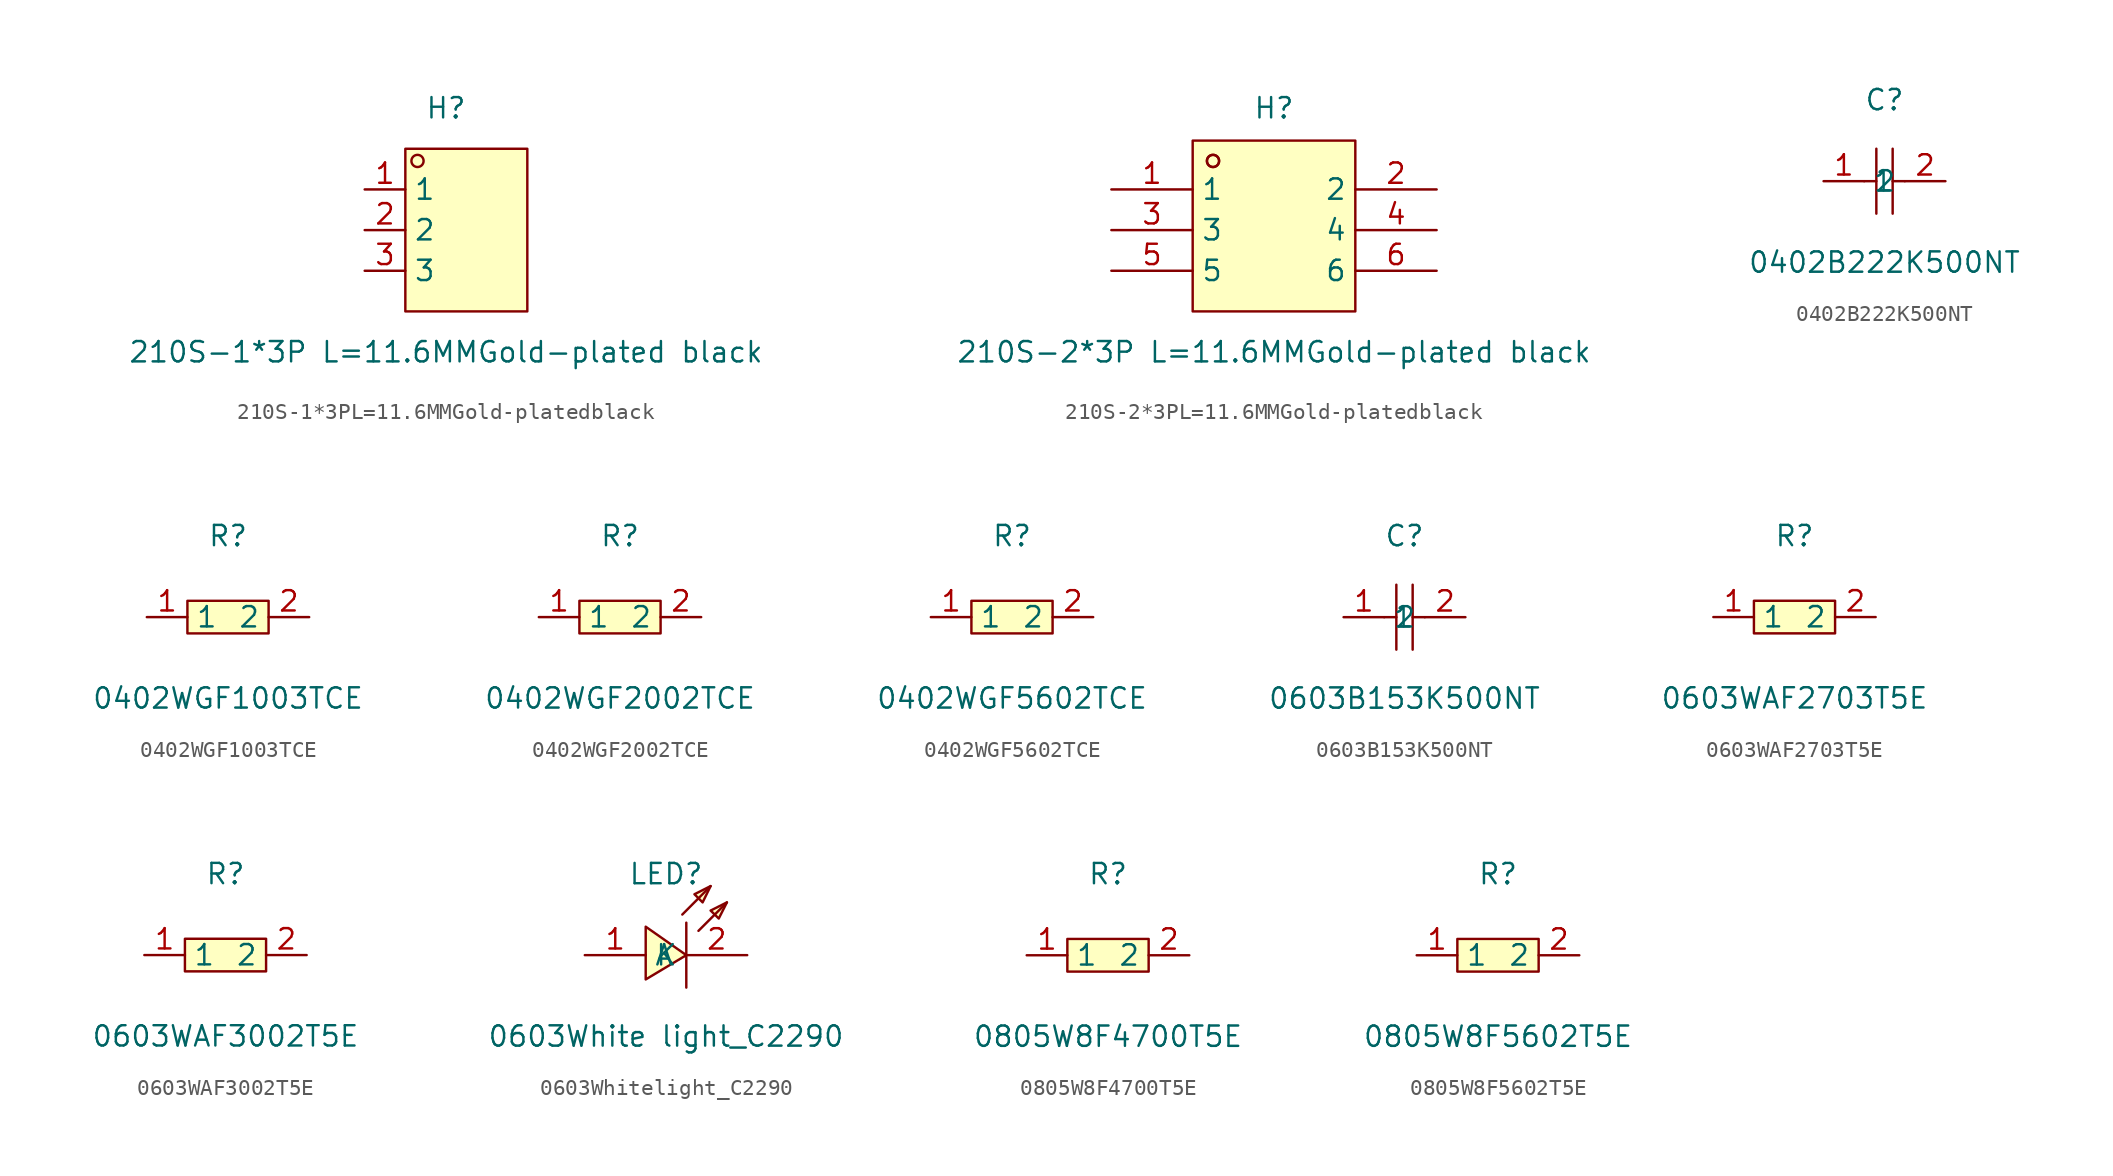
<source format=kicad_sym>
(kicad_symbol_lib
  (version 20211014)
  (generator https://github.com/uPesy/easyeda2kicad.py)
  (symbol "210S-1*3PL=11.6MMGold-platedblack"
    (property "Reference" "H"
      (at 0 7.62 0)
      (effects (font (size 1.27 1.27))))
    (property "Value" "210S-1*3P L=11.6MMGold-plated black"
      (at 0 -7.62 0)
      (effects (font (size 1.27 1.27))))
    (symbol "210S-1*3PL=11.6MMGold-platedblack_0_1"
      (rectangle (start -2.54 5.08) (end 5.08 -5.08) (stroke (width 0) (type default) (color 0 0 0 0)) (fill (type background)))
      (circle (center -1.78 4.32) (radius 0.38) (stroke (width 0) (type default) (color 0 0 0 0)) (fill (type none)))
      (pin unspecified line (at -5.08 2.54 0) (length 2.54) (name "1" (effects (font (size 1.27 1.27)))) (number "1" (effects (font (size 1.27 1.27)))))
      (pin unspecified line (at -5.08 0 0) (length 2.54) (name "2" (effects (font (size 1.27 1.27)))) (number "2" (effects (font (size 1.27 1.27)))))
      (pin unspecified line (at -5.08 -2.54 0) (length 2.54) (name "3" (effects (font (size 1.27 1.27)))) (number "3" (effects (font (size 1.27 1.27)))))))
  (symbol "210S-2*3PL=11.6MMGold-platedblack"
    (property "Reference" "H"
      (at 0 7.62 0)
      (effects (font (size 1.27 1.27))))
    (property "Value" "210S-2*3P L=11.6MMGold-plated black"
      (at 0 -7.62 0)
      (effects (font (size 1.27 1.27))))
    (symbol "210S-2*3PL=11.6MMGold-platedblack_0_1"
      (rectangle (start -5.08 5.59) (end 5.08 -5.08) (stroke (width 0) (type default) (color 0 0 0 0)) (fill (type background)))
      (circle (center -3.81 4.32) (radius 0.38) (stroke (width 0) (type default) (color 0 0 0 0)) (fill (type none)))
      (circle (center -3.81 4.32) (radius 0.38) (stroke (width 0) (type default) (color 0 0 0 0)) (fill (type none)))
      (pin unspecified line (at -10.16 2.54 0) (length 5.08) (name "1" (effects (font (size 1.27 1.27)))) (number "1" (effects (font (size 1.27 1.27)))))
      (pin unspecified line (at 10.16 2.54 180) (length 5.08) (name "2" (effects (font (size 1.27 1.27)))) (number "2" (effects (font (size 1.27 1.27)))))
      (pin unspecified line (at -10.16 0 0) (length 5.08) (name "3" (effects (font (size 1.27 1.27)))) (number "3" (effects (font (size 1.27 1.27)))))
      (pin unspecified line (at 10.16 0 180) (length 5.08) (name "4" (effects (font (size 1.27 1.27)))) (number "4" (effects (font (size 1.27 1.27)))))
      (pin unspecified line (at -10.16 -2.54 0) (length 5.08) (name "5" (effects (font (size 1.27 1.27)))) (number "5" (effects (font (size 1.27 1.27)))))
      (pin unspecified line (at 10.16 -2.54 180) (length 5.08) (name "6" (effects (font (size 1.27 1.27)))) (number "6" (effects (font (size 1.27 1.27)))))))
  (symbol "0402B222K500NT"
    (property "Reference" "C"
      (at 0 5.08 0)
      (effects (font (size 1.27 1.27))))
    (property "Value" "0402B222K500NT"
      (at 0 -5.08 0)
      (effects (font (size 1.27 1.27))))
    (symbol "0402B222K500NT_0_1"
      (polyline (pts (xy -1.27 0) (xy -0.51 0)) (stroke (width 0) (type default) (color 0 0 0 0)) (fill (type none)))
      (polyline (pts (xy -0.51 2.03) (xy -0.51 -2.03)) (stroke (width 0) (type default) (color 0 0 0 0)) (fill (type none)))
      (polyline (pts (xy 0.51 0) (xy 1.27 0)) (stroke (width 0) (type default) (color 0 0 0 0)) (fill (type none)))
      (polyline (pts (xy 0.51 2.03) (xy 0.51 -2.03)) (stroke (width 0) (type default) (color 0 0 0 0)) (fill (type none)))
      (pin input line (at -3.81 0 0) (length 2.54) (name "1" (effects (font (size 1.27 1.27)))) (number "1" (effects (font (size 1.27 1.27)))))
      (pin input line (at 3.81 0 180) (length 2.54) (name "2" (effects (font (size 1.27 1.27)))) (number "2" (effects (font (size 1.27 1.27)))))))
  (symbol "0402WGF1003TCE"
    (property "Reference" "R"
      (at 0 5.08 0)
      (effects (font (size 1.27 1.27))))
    (property "Value" "0402WGF1003TCE"
      (at 0 -5.08 0)
      (effects (font (size 1.27 1.27))))
    (symbol "0402WGF1003TCE_0_1"
      (rectangle (start -2.54 1.02) (end 2.54 -1.02) (stroke (width 0) (type default) (color 0 0 0 0)) (fill (type background)))
      (pin input line (at -5.08 0 0) (length 2.54) (name "1" (effects (font (size 1.27 1.27)))) (number "1" (effects (font (size 1.27 1.27)))))
      (pin input line (at 5.08 0 180) (length 2.54) (name "2" (effects (font (size 1.27 1.27)))) (number "2" (effects (font (size 1.27 1.27)))))))
  (symbol "0402WGF2002TCE"
    (property "Reference" "R"
      (at 0 5.08 0)
      (effects (font (size 1.27 1.27))))
    (property "Value" "0402WGF2002TCE"
      (at 0 -5.08 0)
      (effects (font (size 1.27 1.27))))
    (symbol "0402WGF2002TCE_0_1"
      (rectangle (start -2.54 1.02) (end 2.54 -1.02) (stroke (width 0) (type default) (color 0 0 0 0)) (fill (type background)))
      (pin input line (at -5.08 0 0) (length 2.54) (name "1" (effects (font (size 1.27 1.27)))) (number "1" (effects (font (size 1.27 1.27)))))
      (pin input line (at 5.08 0 180) (length 2.54) (name "2" (effects (font (size 1.27 1.27)))) (number "2" (effects (font (size 1.27 1.27)))))))
  (symbol "0402WGF5602TCE"
    (property "Reference" "R"
      (at 0 5.08 0)
      (effects (font (size 1.27 1.27))))
    (property "Value" "0402WGF5602TCE"
      (at 0 -5.08 0)
      (effects (font (size 1.27 1.27))))
    (symbol "0402WGF5602TCE_0_1"
      (rectangle (start -2.54 1.02) (end 2.54 -1.02) (stroke (width 0) (type default) (color 0 0 0 0)) (fill (type background)))
      (pin input line (at -5.08 0 0) (length 2.54) (name "1" (effects (font (size 1.27 1.27)))) (number "1" (effects (font (size 1.27 1.27)))))
      (pin input line (at 5.08 0 180) (length 2.54) (name "2" (effects (font (size 1.27 1.27)))) (number "2" (effects (font (size 1.27 1.27)))))))
  (symbol "0603B153K500NT"
    (property "Reference" "C"
      (at 0 5.08 0)
      (effects (font (size 1.27 1.27))))
    (property "Value" "0603B153K500NT"
      (at 0 -5.08 0)
      (effects (font (size 1.27 1.27))))
    (symbol "0603B153K500NT_0_1"
      (polyline (pts (xy -1.27 0) (xy -0.51 0)) (stroke (width 0) (type default) (color 0 0 0 0)) (fill (type none)))
      (polyline (pts (xy -0.51 2.03) (xy -0.51 -2.03)) (stroke (width 0) (type default) (color 0 0 0 0)) (fill (type none)))
      (polyline (pts (xy 0.51 0) (xy 1.27 0)) (stroke (width 0) (type default) (color 0 0 0 0)) (fill (type none)))
      (polyline (pts (xy 0.51 2.03) (xy 0.51 -2.03)) (stroke (width 0) (type default) (color 0 0 0 0)) (fill (type none)))
      (pin input line (at -3.81 0 0) (length 2.54) (name "1" (effects (font (size 1.27 1.27)))) (number "1" (effects (font (size 1.27 1.27)))))
      (pin input line (at 3.81 0 180) (length 2.54) (name "2" (effects (font (size 1.27 1.27)))) (number "2" (effects (font (size 1.27 1.27)))))))
  (symbol "0603WAF2703T5E"
    (property "Reference" "R"
      (at 0 5.08 0)
      (effects (font (size 1.27 1.27))))
    (property "Value" "0603WAF2703T5E"
      (at 0 -5.08 0)
      (effects (font (size 1.27 1.27))))
    (symbol "0603WAF2703T5E_0_1"
      (rectangle (start -2.54 1.02) (end 2.54 -1.02) (stroke (width 0) (type default) (color 0 0 0 0)) (fill (type background)))
      (pin input line (at -5.08 0 0) (length 2.54) (name "1" (effects (font (size 1.27 1.27)))) (number "1" (effects (font (size 1.27 1.27)))))
      (pin input line (at 5.08 0 180) (length 2.54) (name "2" (effects (font (size 1.27 1.27)))) (number "2" (effects (font (size 1.27 1.27)))))))
  (symbol "0603WAF3002T5E"
    (property "Reference" "R"
      (at 0 5.08 0)
      (effects (font (size 1.27 1.27))))
    (property "Value" "0603WAF3002T5E"
      (at 0 -5.08 0)
      (effects (font (size 1.27 1.27))))
    (symbol "0603WAF3002T5E_0_1"
      (rectangle (start -2.54 1.02) (end 2.54 -1.02) (stroke (width 0) (type default) (color 0 0 0 0)) (fill (type background)))
      (pin input line (at -5.08 0 0) (length 2.54) (name "1" (effects (font (size 1.27 1.27)))) (number "1" (effects (font (size 1.27 1.27)))))
      (pin input line (at 5.08 0 180) (length 2.54) (name "2" (effects (font (size 1.27 1.27)))) (number "2" (effects (font (size 1.27 1.27)))))))
  (symbol "0603Whitelight_C2290"
    (property "Reference" "LED"
      (at 0 3.81 0)
      (effects (font (size 1.27 1.27))))
    (property "Value" "0603White light_C2290"
      (at 0 -6.35 0)
      (effects (font (size 1.27 1.27))))
    (symbol "0603Whitelight_C2290_0_1"
      (polyline (pts (xy 1.02 1.27) (xy 2.79 3.05)) (stroke (width 0) (type default) (color 0 0 0 0)) (fill (type none)))
      (polyline (pts (xy 1.27 0.76) (xy 1.27 -3.3)) (stroke (width 0) (type default) (color 0 0 0 0)) (fill (type none)))
      (polyline (pts (xy 2.03 0.25) (xy 3.81 2.03)) (stroke (width 0) (type default) (color 0 0 0 0)) (fill (type none)))
      (polyline (pts (xy -1.27 -2.79) (xy 1.27 -1.27) (xy -1.27 0.51) (xy -1.27 -2.79)) (stroke (width 0) (type default) (color 0 0 0 0)) (fill (type background)))
      (polyline (pts (xy 2.79 3.05) (xy 1.78 2.54) (xy 2.29 2.03) (xy 2.79 3.05)) (stroke (width 0) (type default) (color 0 0 0 0)) (fill (type background)))
      (polyline (pts (xy 3.81 2.03) (xy 2.79 1.52) (xy 3.3 1.02) (xy 3.81 2.03)) (stroke (width 0) (type default) (color 0 0 0 0)) (fill (type background)))
      (pin unspecified line (at -5.08 -1.27 0) (length 3.81) (name "A" (effects (font (size 1.27 1.27)))) (number "1" (effects (font (size 1.27 1.27)))))
      (pin unspecified line (at 5.08 -1.27 180) (length 3.81) (name "K" (effects (font (size 1.27 1.27)))) (number "2" (effects (font (size 1.27 1.27)))))))
  (symbol "0805W8F4700T5E"
    (property "Reference" "R"
      (at 0 5.08 0)
      (effects (font (size 1.27 1.27))))
    (property "Value" "0805W8F4700T5E"
      (at 0 -5.08 0)
      (effects (font (size 1.27 1.27))))
    (symbol "0805W8F4700T5E_0_1"
      (rectangle (start -2.54 1.02) (end 2.54 -1.02) (stroke (width 0) (type default) (color 0 0 0 0)) (fill (type background)))
      (pin input line (at -5.08 0 0) (length 2.54) (name "1" (effects (font (size 1.27 1.27)))) (number "1" (effects (font (size 1.27 1.27)))))
      (pin input line (at 5.08 0 180) (length 2.54) (name "2" (effects (font (size 1.27 1.27)))) (number "2" (effects (font (size 1.27 1.27)))))))
  (symbol "0805W8F5602T5E"
    (property "Reference" "R"
      (at 0 5.08 0)
      (effects (font (size 1.27 1.27))))
    (property "Value" "0805W8F5602T5E"
      (at 0 -5.08 0)
      (effects (font (size 1.27 1.27))))
    (symbol "0805W8F5602T5E_0_1"
      (rectangle (start -2.54 1.02) (end 2.54 -1.02) (stroke (width 0) (type default) (color 0 0 0 0)) (fill (type background)))
      (pin input line (at -5.08 0 0) (length 2.54) (name "1" (effects (font (size 1.27 1.27)))) (number "1" (effects (font (size 1.27 1.27)))))
      (pin input line (at 5.08 0 180) (length 2.54) (name "2" (effects (font (size 1.27 1.27)))) (number "2" (effects (font (size 1.27 1.27))))))))
</source>
